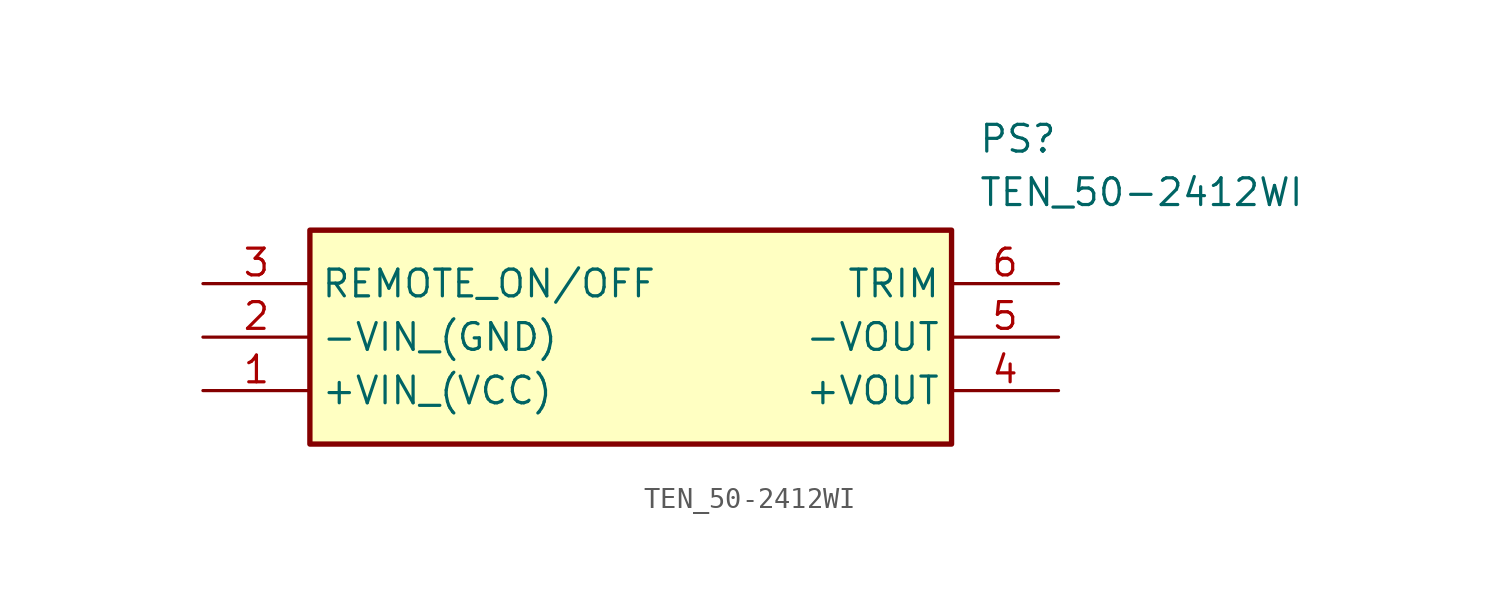
<source format=kicad_sym>
(kicad_symbol_lib
  (version 20211014)
  (generator SamacSys_ECAD_Model)
  (symbol "TEN_50-2412WI"
    (property "Reference" "PS"
      (at 36.83 7.62 0)
      (effects (font (size 1.27 1.27)) (justify left top)))
    (property "Value" "TEN_50-2412WI"
      (at 36.83 5.08 0)
      (effects (font (size 1.27 1.27)) (justify left top)))
    (rectangle
      (start 5.08 2.54)
      (end 35.56 -7.62)
      (stroke (width 0.254) (type default))
      (fill (type background)))
    (pin passive line
      (at 0 -5.08 0)
      (length 5.08)
      (name "+VIN_(VCC)" (effects (font (size 1.27 1.27))))
      (number "1" (effects (font (size 1.27 1.27)))))
    (pin passive line
      (at 0 -2.54 0)
      (length 5.08)
      (name "-VIN_(GND)" (effects (font (size 1.27 1.27))))
      (number "2" (effects (font (size 1.27 1.27)))))
    (pin passive line
      (at 0 0 0)
      (length 5.08)
      (name "REMOTE_ON/OFF" (effects (font (size 1.27 1.27))))
      (number "3" (effects (font (size 1.27 1.27)))))
    (pin passive line
      (at 40.64 -5.08 180)
      (length 5.08)
      (name "+VOUT" (effects (font (size 1.27 1.27))))
      (number "4" (effects (font (size 1.27 1.27)))))
    (pin passive line
      (at 40.64 -2.54 180)
      (length 5.08)
      (name "-VOUT" (effects (font (size 1.27 1.27))))
      (number "5" (effects (font (size 1.27 1.27)))))
    (pin passive line
      (at 40.64 0 180)
      (length 5.08)
      (name "TRIM" (effects (font (size 1.27 1.27))))
      (number "6" (effects (font (size 1.27 1.27)))))))
</source>
